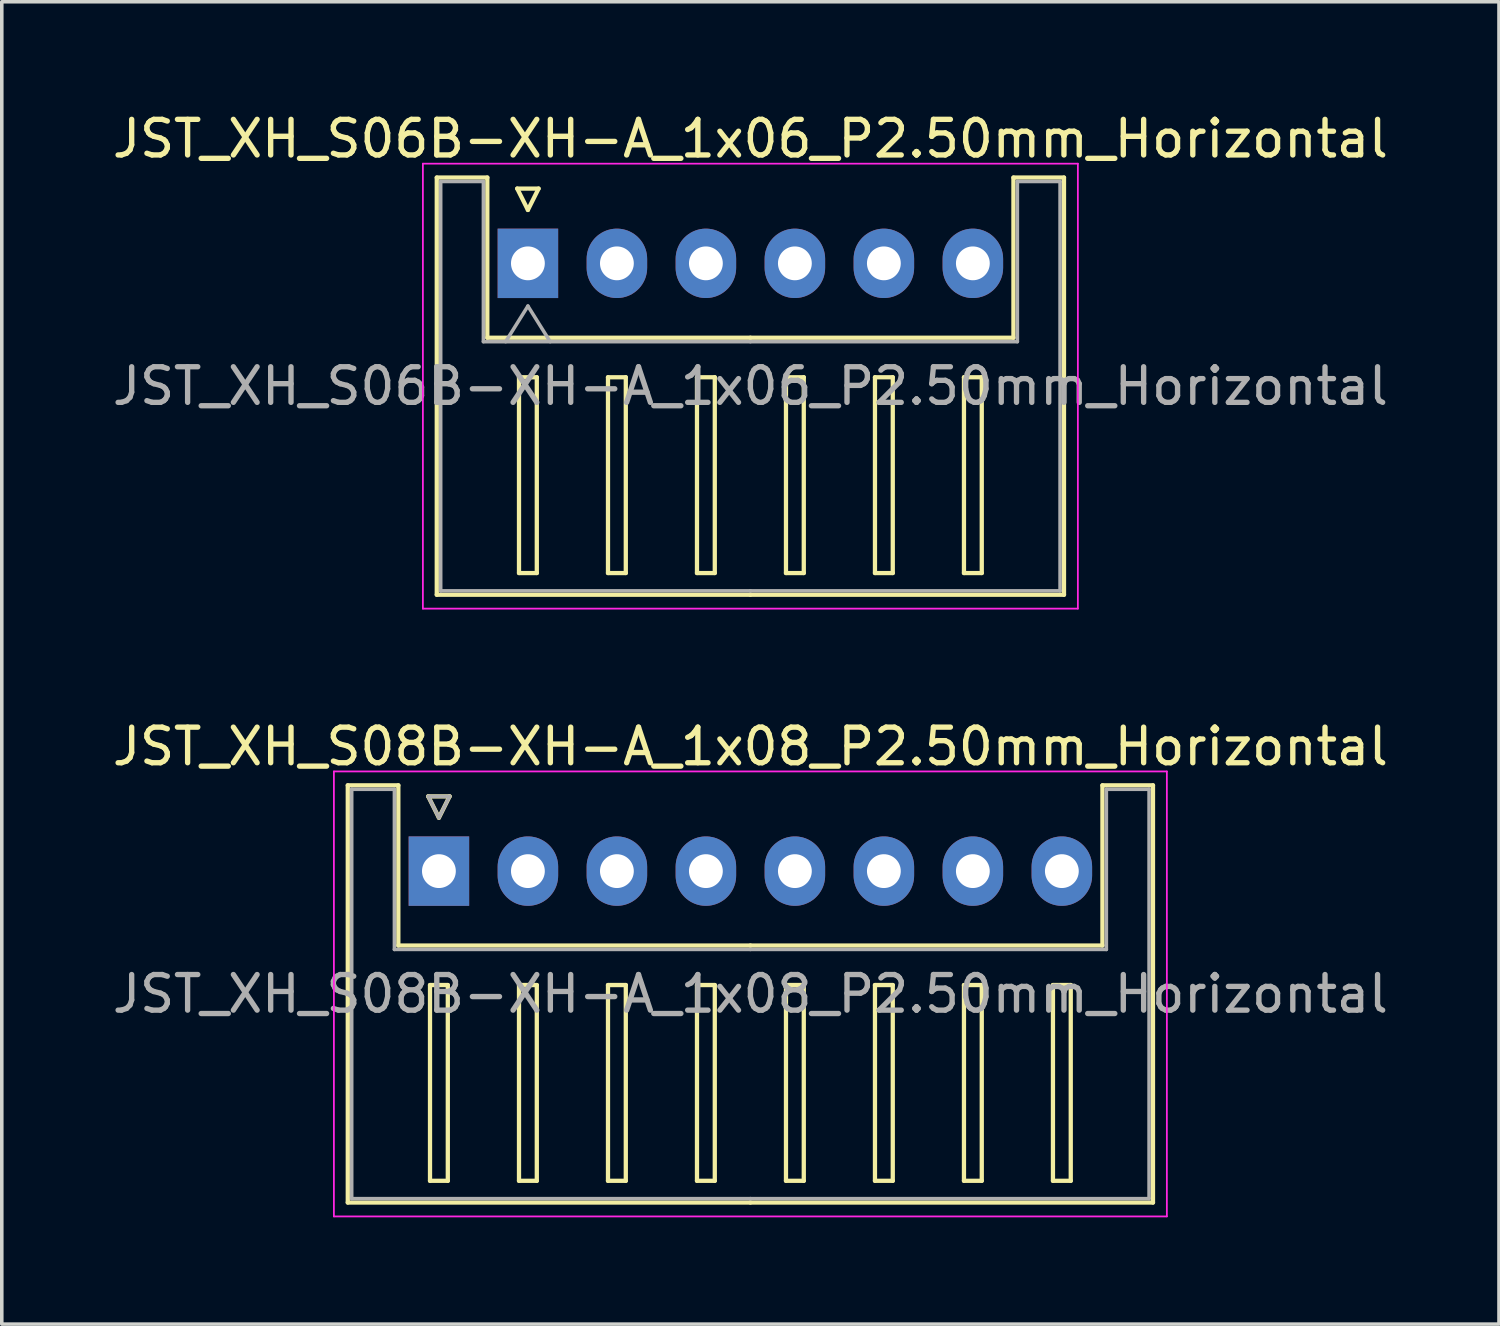
<source format=kicad_pcb>
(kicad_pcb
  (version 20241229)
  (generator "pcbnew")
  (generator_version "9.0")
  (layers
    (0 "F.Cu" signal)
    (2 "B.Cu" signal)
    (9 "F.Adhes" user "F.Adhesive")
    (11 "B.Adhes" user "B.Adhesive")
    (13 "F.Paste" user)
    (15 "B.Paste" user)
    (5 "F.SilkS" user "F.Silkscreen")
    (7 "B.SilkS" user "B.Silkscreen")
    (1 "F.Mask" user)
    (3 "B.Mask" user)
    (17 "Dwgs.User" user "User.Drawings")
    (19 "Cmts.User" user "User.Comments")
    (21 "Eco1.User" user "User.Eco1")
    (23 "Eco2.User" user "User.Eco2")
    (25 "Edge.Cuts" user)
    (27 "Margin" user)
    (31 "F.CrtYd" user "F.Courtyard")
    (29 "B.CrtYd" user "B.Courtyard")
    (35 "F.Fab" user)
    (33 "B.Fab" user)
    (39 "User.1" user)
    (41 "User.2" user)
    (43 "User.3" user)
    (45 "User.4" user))
  (footprint "JST_XH_S06B-XH-A_1x06_P2.50mm_Horizontal"
    (layer "F.Cu")
    (at 11.78 4.348)
    (property "Reference" "JST_XH_S06B-XH-A_1x06_P2.50mm_Horizontal" (at 6.25 -3.5 0) (layer "F.SilkS") (effects (font (size 1 1) (thickness 0.15))))
    (attr through_hole)
    (fp_line (start -2.56 -2.41) (end -1.14 -2.41) (stroke (width 0.12) (type solid)) (layer "F.SilkS"))
    (fp_line (start -2.56 9.31) (end -2.56 -2.41) (stroke (width 0.12) (type solid)) (layer "F.SilkS"))
    (fp_line (start -1.14 -2.41) (end -1.14 2.09) (stroke (width 0.12) (type solid)) (layer "F.SilkS"))
    (fp_line (start -1.14 2.09) (end 6.25 2.09) (stroke (width 0.12) (type solid)) (layer "F.SilkS"))
    (fp_line (start -0.3 -2.1) (end 0.3 -2.1) (stroke (width 0.12) (type solid)) (layer "F.SilkS"))
    (fp_line (start -0.25 3.2) (end -0.25 8.7) (stroke (width 0.12) (type solid)) (layer "F.SilkS"))
    (fp_line (start -0.25 8.7) (end 0.25 8.7) (stroke (width 0.12) (type solid)) (layer "F.SilkS"))
    (fp_line (start 0 -1.5) (end -0.3 -2.1) (stroke (width 0.12) (type solid)) (layer "F.SilkS"))
    (fp_line (start 0.25 3.2) (end -0.25 3.2) (stroke (width 0.12) (type solid)) (layer "F.SilkS"))
    (fp_line (start 0.25 8.7) (end 0.25 3.2) (stroke (width 0.12) (type solid)) (layer "F.SilkS"))
    (fp_line (start 0.3 -2.1) (end 0 -1.5) (stroke (width 0.12) (type solid)) (layer "F.SilkS"))
    (fp_line (start 2.25 3.2) (end 2.25 8.7) (stroke (width 0.12) (type solid)) (layer "F.SilkS"))
    (fp_line (start 2.25 8.7) (end 2.75 8.7) (stroke (width 0.12) (type solid)) (layer "F.SilkS"))
    (fp_line (start 2.75 3.2) (end 2.25 3.2) (stroke (width 0.12) (type solid)) (layer "F.SilkS"))
    (fp_line (start 2.75 8.7) (end 2.75 3.2) (stroke (width 0.12) (type solid)) (layer "F.SilkS"))
    (fp_line (start 4.75 3.2) (end 4.75 8.7) (stroke (width 0.12) (type solid)) (layer "F.SilkS"))
    (fp_line (start 4.75 8.7) (end 5.25 8.7) (stroke (width 0.12) (type solid)) (layer "F.SilkS"))
    (fp_line (start 5.25 3.2) (end 4.75 3.2) (stroke (width 0.12) (type solid)) (layer "F.SilkS"))
    (fp_line (start 5.25 8.7) (end 5.25 3.2) (stroke (width 0.12) (type solid)) (layer "F.SilkS"))
    (fp_line (start 6.25 9.31) (end -2.56 9.31) (stroke (width 0.12) (type solid)) (layer "F.SilkS"))
    (fp_line (start 6.25 9.31) (end 15.06 9.31) (stroke (width 0.12) (type solid)) (layer "F.SilkS"))
    (fp_line (start 7.25 3.2) (end 7.25 8.7) (stroke (width 0.12) (type solid)) (layer "F.SilkS"))
    (fp_line (start 7.25 8.7) (end 7.75 8.7) (stroke (width 0.12) (type solid)) (layer "F.SilkS"))
    (fp_line (start 7.75 3.2) (end 7.25 3.2) (stroke (width 0.12) (type solid)) (layer "F.SilkS"))
    (fp_line (start 7.75 8.7) (end 7.75 3.2) (stroke (width 0.12) (type solid)) (layer "F.SilkS"))
    (fp_line (start 9.75 3.2) (end 9.75 8.7) (stroke (width 0.12) (type solid)) (layer "F.SilkS"))
    (fp_line (start 9.75 8.7) (end 10.25 8.7) (stroke (width 0.12) (type solid)) (layer "F.SilkS"))
    (fp_line (start 10.25 3.2) (end 9.75 3.2) (stroke (width 0.12) (type solid)) (layer "F.SilkS"))
    (fp_line (start 10.25 8.7) (end 10.25 3.2) (stroke (width 0.12) (type solid)) (layer "F.SilkS"))
    (fp_line (start 12.25 3.2) (end 12.25 8.7) (stroke (width 0.12) (type solid)) (layer "F.SilkS"))
    (fp_line (start 12.25 8.7) (end 12.75 8.7) (stroke (width 0.12) (type solid)) (layer "F.SilkS"))
    (fp_line (start 12.75 3.2) (end 12.25 3.2) (stroke (width 0.12) (type solid)) (layer "F.SilkS"))
    (fp_line (start 12.75 8.7) (end 12.75 3.2) (stroke (width 0.12) (type solid)) (layer "F.SilkS"))
    (fp_line (start 13.64 -2.41) (end 13.64 2.09) (stroke (width 0.12) (type solid)) (layer "F.SilkS"))
    (fp_line (start 13.64 2.09) (end 6.25 2.09) (stroke (width 0.12) (type solid)) (layer "F.SilkS"))
    (fp_line (start 15.06 -2.41) (end 13.64 -2.41) (stroke (width 0.12) (type solid)) (layer "F.SilkS"))
    (fp_line (start 15.06 9.31) (end 15.06 -2.41) (stroke (width 0.12) (type solid)) (layer "F.SilkS"))
    (fp_line (start -2.95 -2.8) (end -2.95 9.7) (stroke (width 0.05) (type solid)) (layer "F.CrtYd"))
    (fp_line (start -2.95 9.7) (end 15.45 9.7) (stroke (width 0.05) (type solid)) (layer "F.CrtYd"))
    (fp_line (start 15.45 -2.8) (end -2.95 -2.8) (stroke (width 0.05) (type solid)) (layer "F.CrtYd"))
    (fp_line (start 15.45 9.7) (end 15.45 -2.8) (stroke (width 0.05) (type solid)) (layer "F.CrtYd"))
    (fp_line (start -2.45 -2.3) (end -1.25 -2.3) (stroke (width 0.1) (type solid)) (layer "F.Fab"))
    (fp_line (start -2.45 9.2) (end -2.45 -2.3) (stroke (width 0.1) (type solid)) (layer "F.Fab"))
    (fp_line (start -1.25 -2.3) (end -1.25 2.2) (stroke (width 0.1) (type solid)) (layer "F.Fab"))
    (fp_line (start -1.25 2.2) (end 6.25 2.2) (stroke (width 0.1) (type solid)) (layer "F.Fab"))
    (fp_line (start -0.625 2.2) (end 0 1.2) (stroke (width 0.1) (type solid)) (layer "F.Fab"))
    (fp_line (start 0 1.2) (end 0.625 2.2) (stroke (width 0.1) (type solid)) (layer "F.Fab"))
    (fp_line (start 6.25 9.2) (end -2.45 9.2) (stroke (width 0.1) (type solid)) (layer "F.Fab"))
    (fp_line (start 6.25 9.2) (end 14.95 9.2) (stroke (width 0.1) (type solid)) (layer "F.Fab"))
    (fp_line (start 13.75 -2.3) (end 13.75 2.2) (stroke (width 0.1) (type solid)) (layer "F.Fab"))
    (fp_line (start 13.75 2.2) (end 6.25 2.2) (stroke (width 0.1) (type solid)) (layer "F.Fab"))
    (fp_line (start 14.95 -2.3) (end 13.75 -2.3) (stroke (width 0.1) (type solid)) (layer "F.Fab"))
    (fp_line (start 14.95 9.2) (end 14.95 -2.3) (stroke (width 0.1) (type solid)) (layer "F.Fab"))
    (fp_text user "${REFERENCE}" (at 6.25 3.45 0) (layer "F.Fab") (effects (font (size 1 1) (thickness 0.15))))
    (pad "1" thru_hole rect (at 0 0) (size 1.7 1.95) (drill 0.95) (layers "*.Cu" "*.Mask"))
    (pad "2" thru_hole oval (at 2.5 0) (size 1.7 1.95) (drill 0.95) (layers "*.Cu" "*.Mask"))
    (pad "3" thru_hole oval (at 5 0) (size 1.7 1.95) (drill 0.95) (layers "*.Cu" "*.Mask"))
    (pad "4" thru_hole oval (at 7.5 0) (size 1.7 1.95) (drill 0.95) (layers "*.Cu" "*.Mask"))
    (pad "5" thru_hole oval (at 10 0) (size 1.7 1.95) (drill 0.95) (layers "*.Cu" "*.Mask"))
    (pad "6" thru_hole oval (at 12.5 0) (size 1.7 1.95) (drill 0.95) (layers "*.Cu" "*.Mask")))
  (footprint "JST_XH_S08B-XH-A_1x08_P2.50mm_Horizontal"
    (layer "F.Cu")
    (at 9.28 21.422)
    (property "Reference" "JST_XH_S08B-XH-A_1x08_P2.50mm_Horizontal" (at 8.75 -3.5 0) (layer "F.SilkS") (effects (font (size 1 1) (thickness 0.15))))
    (attr through_hole)
    (fp_line (start -2.56 -2.41) (end -1.14 -2.41) (stroke (width 0.12) (type solid)) (layer "F.SilkS"))
    (fp_line (start -2.56 9.31) (end -2.56 -2.41) (stroke (width 0.12) (type solid)) (layer "F.SilkS"))
    (fp_line (start -1.14 -2.41) (end -1.14 2.09) (stroke (width 0.12) (type solid)) (layer "F.SilkS"))
    (fp_line (start -1.14 2.09) (end 8.75 2.09) (stroke (width 0.12) (type solid)) (layer "F.SilkS"))
    (fp_line (start -0.3 -2.1) (end 0.3 -2.1) (stroke (width 0.12) (type solid)) (layer "F.SilkS"))
    (fp_line (start -0.25 3.2) (end -0.25 8.7) (stroke (width 0.12) (type solid)) (layer "F.SilkS"))
    (fp_line (start -0.25 8.7) (end 0.25 8.7) (stroke (width 0.12) (type solid)) (layer "F.SilkS"))
    (fp_line (start 0 -1.5) (end -0.3 -2.1) (stroke (width 0.12) (type solid)) (layer "F.SilkS"))
    (fp_line (start 0.25 3.2) (end -0.25 3.2) (stroke (width 0.12) (type solid)) (layer "F.SilkS"))
    (fp_line (start 0.25 8.7) (end 0.25 3.2) (stroke (width 0.12) (type solid)) (layer "F.SilkS"))
    (fp_line (start 0.3 -2.1) (end 0 -1.5) (stroke (width 0.12) (type solid)) (layer "F.SilkS"))
    (fp_line (start 2.25 3.2) (end 2.25 8.7) (stroke (width 0.12) (type solid)) (layer "F.SilkS"))
    (fp_line (start 2.25 8.7) (end 2.75 8.7) (stroke (width 0.12) (type solid)) (layer "F.SilkS"))
    (fp_line (start 2.75 3.2) (end 2.25 3.2) (stroke (width 0.12) (type solid)) (layer "F.SilkS"))
    (fp_line (start 2.75 8.7) (end 2.75 3.2) (stroke (width 0.12) (type solid)) (layer "F.SilkS"))
    (fp_line (start 4.75 3.2) (end 4.75 8.7) (stroke (width 0.12) (type solid)) (layer "F.SilkS"))
    (fp_line (start 4.75 8.7) (end 5.25 8.7) (stroke (width 0.12) (type solid)) (layer "F.SilkS"))
    (fp_line (start 5.25 3.2) (end 4.75 3.2) (stroke (width 0.12) (type solid)) (layer "F.SilkS"))
    (fp_line (start 5.25 8.7) (end 5.25 3.2) (stroke (width 0.12) (type solid)) (layer "F.SilkS"))
    (fp_line (start 7.25 3.2) (end 7.25 8.7) (stroke (width 0.12) (type solid)) (layer "F.SilkS"))
    (fp_line (start 7.25 8.7) (end 7.75 8.7) (stroke (width 0.12) (type solid)) (layer "F.SilkS"))
    (fp_line (start 7.75 3.2) (end 7.25 3.2) (stroke (width 0.12) (type solid)) (layer "F.SilkS"))
    (fp_line (start 7.75 8.7) (end 7.75 3.2) (stroke (width 0.12) (type solid)) (layer "F.SilkS"))
    (fp_line (start 8.75 9.31) (end -2.56 9.31) (stroke (width 0.12) (type solid)) (layer "F.SilkS"))
    (fp_line (start 8.75 9.31) (end 20.06 9.31) (stroke (width 0.12) (type solid)) (layer "F.SilkS"))
    (fp_line (start 9.75 3.2) (end 9.75 8.7) (stroke (width 0.12) (type solid)) (layer "F.SilkS"))
    (fp_line (start 9.75 8.7) (end 10.25 8.7) (stroke (width 0.12) (type solid)) (layer "F.SilkS"))
    (fp_line (start 10.25 3.2) (end 9.75 3.2) (stroke (width 0.12) (type solid)) (layer "F.SilkS"))
    (fp_line (start 10.25 8.7) (end 10.25 3.2) (stroke (width 0.12) (type solid)) (layer "F.SilkS"))
    (fp_line (start 12.25 3.2) (end 12.25 8.7) (stroke (width 0.12) (type solid)) (layer "F.SilkS"))
    (fp_line (start 12.25 8.7) (end 12.75 8.7) (stroke (width 0.12) (type solid)) (layer "F.SilkS"))
    (fp_line (start 12.75 3.2) (end 12.25 3.2) (stroke (width 0.12) (type solid)) (layer "F.SilkS"))
    (fp_line (start 12.75 8.7) (end 12.75 3.2) (stroke (width 0.12) (type solid)) (layer "F.SilkS"))
    (fp_line (start 14.75 3.2) (end 14.75 8.7) (stroke (width 0.12) (type solid)) (layer "F.SilkS"))
    (fp_line (start 14.75 8.7) (end 15.25 8.7) (stroke (width 0.12) (type solid)) (layer "F.SilkS"))
    (fp_line (start 15.25 3.2) (end 14.75 3.2) (stroke (width 0.12) (type solid)) (layer "F.SilkS"))
    (fp_line (start 15.25 8.7) (end 15.25 3.2) (stroke (width 0.12) (type solid)) (layer "F.SilkS"))
    (fp_line (start 17.25 3.2) (end 17.25 8.7) (stroke (width 0.12) (type solid)) (layer "F.SilkS"))
    (fp_line (start 17.25 8.7) (end 17.75 8.7) (stroke (width 0.12) (type solid)) (layer "F.SilkS"))
    (fp_line (start 17.75 3.2) (end 17.25 3.2) (stroke (width 0.12) (type solid)) (layer "F.SilkS"))
    (fp_line (start 17.75 8.7) (end 17.75 3.2) (stroke (width 0.12) (type solid)) (layer "F.SilkS"))
    (fp_line (start 18.64 -2.41) (end 18.64 2.09) (stroke (width 0.12) (type solid)) (layer "F.SilkS"))
    (fp_line (start 18.64 2.09) (end 8.75 2.09) (stroke (width 0.12) (type solid)) (layer "F.SilkS"))
    (fp_line (start 20.06 -2.41) (end 18.64 -2.41) (stroke (width 0.12) (type solid)) (layer "F.SilkS"))
    (fp_line (start 20.06 9.31) (end 20.06 -2.41) (stroke (width 0.12) (type solid)) (layer "F.SilkS"))
    (fp_line (start -2.95 -2.8) (end -2.95 9.7) (stroke (width 0.05) (type solid)) (layer "F.CrtYd"))
    (fp_line (start -2.95 9.7) (end 20.45 9.7) (stroke (width 0.05) (type solid)) (layer "F.CrtYd"))
    (fp_line (start 20.45 -2.8) (end -2.95 -2.8) (stroke (width 0.05) (type solid)) (layer "F.CrtYd"))
    (fp_line (start 20.45 9.7) (end 20.45 -2.8) (stroke (width 0.05) (type solid)) (layer "F.CrtYd"))
    (fp_line (start -2.45 -2.3) (end -1.25 -2.3) (stroke (width 0.1) (type solid)) (layer "F.Fab"))
    (fp_line (start -2.45 9.2) (end -2.45 -2.3) (stroke (width 0.1) (type solid)) (layer "F.Fab"))
    (fp_line (start -1.25 -2.3) (end -1.25 2.2) (stroke (width 0.1) (type solid)) (layer "F.Fab"))
    (fp_line (start -1.25 2.2) (end 8.75 2.2) (stroke (width 0.1) (type solid)) (layer "F.Fab"))
    (fp_line (start -0.3 -2.1) (end 0.3 -2.1) (stroke (width 0.1) (type solid)) (layer "F.Fab"))
    (fp_line (start 0 -1.5) (end -0.3 -2.1) (stroke (width 0.1) (type solid)) (layer "F.Fab"))
    (fp_line (start 0.3 -2.1) (end 0 -1.5) (stroke (width 0.1) (type solid)) (layer "F.Fab"))
    (fp_line (start 8.75 9.2) (end -2.45 9.2) (stroke (width 0.1) (type solid)) (layer "F.Fab"))
    (fp_line (start 8.75 9.2) (end 19.95 9.2) (stroke (width 0.1) (type solid)) (layer "F.Fab"))
    (fp_line (start 18.75 -2.3) (end 18.75 2.2) (stroke (width 0.1) (type solid)) (layer "F.Fab"))
    (fp_line (start 18.75 2.2) (end 8.75 2.2) (stroke (width 0.1) (type solid)) (layer "F.Fab"))
    (fp_line (start 19.95 -2.3) (end 18.75 -2.3) (stroke (width 0.1) (type solid)) (layer "F.Fab"))
    (fp_line (start 19.95 9.2) (end 19.95 -2.3) (stroke (width 0.1) (type solid)) (layer "F.Fab"))
    (fp_text user "${REFERENCE}" (at 8.75 3.45 0) (layer "F.Fab") (effects (font (size 1 1) (thickness 0.15))))
    (pad "1" thru_hole rect (at 0 0) (size 1.7 1.95) (drill 0.95) (layers "*.Cu" "*.Mask"))
    (pad "2" thru_hole oval (at 2.5 0) (size 1.7 1.95) (drill 0.95) (layers "*.Cu" "*.Mask"))
    (pad "3" thru_hole oval (at 5 0) (size 1.7 1.95) (drill 0.95) (layers "*.Cu" "*.Mask"))
    (pad "4" thru_hole oval (at 7.5 0) (size 1.7 1.95) (drill 0.95) (layers "*.Cu" "*.Mask"))
    (pad "5" thru_hole oval (at 10 0) (size 1.7 1.95) (drill 0.95) (layers "*.Cu" "*.Mask"))
    (pad "6" thru_hole oval (at 12.5 0) (size 1.7 1.95) (drill 0.95) (layers "*.Cu" "*.Mask"))
    (pad "7" thru_hole oval (at 15 0) (size 1.7 1.95) (drill 0.95) (layers "*.Cu" "*.Mask"))
    (pad "8" thru_hole oval (at 17.5 0) (size 1.7 1.95) (drill 0.95) (layers "*.Cu" "*.Mask")))
  (gr_rect
    (start -3 -3)
    (end 39.06 34.147)
    (stroke (width 0.1) (type default))
    (fill no)
    (layer "Edge.Cuts")))
</source>
